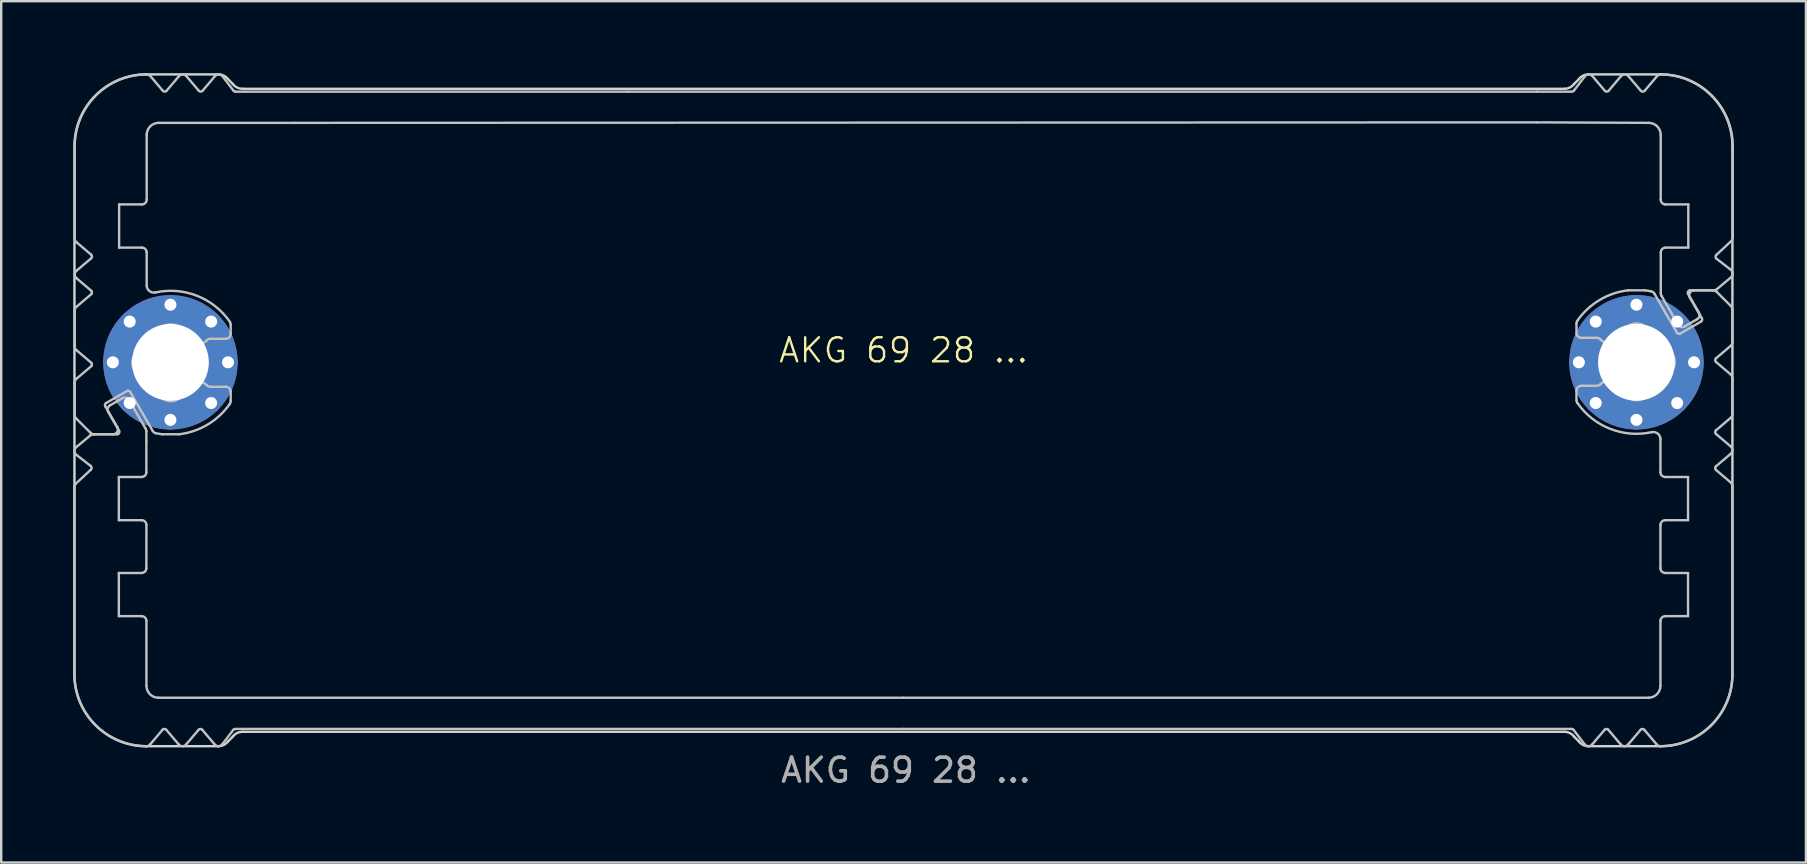
<source format=kicad_pcb>
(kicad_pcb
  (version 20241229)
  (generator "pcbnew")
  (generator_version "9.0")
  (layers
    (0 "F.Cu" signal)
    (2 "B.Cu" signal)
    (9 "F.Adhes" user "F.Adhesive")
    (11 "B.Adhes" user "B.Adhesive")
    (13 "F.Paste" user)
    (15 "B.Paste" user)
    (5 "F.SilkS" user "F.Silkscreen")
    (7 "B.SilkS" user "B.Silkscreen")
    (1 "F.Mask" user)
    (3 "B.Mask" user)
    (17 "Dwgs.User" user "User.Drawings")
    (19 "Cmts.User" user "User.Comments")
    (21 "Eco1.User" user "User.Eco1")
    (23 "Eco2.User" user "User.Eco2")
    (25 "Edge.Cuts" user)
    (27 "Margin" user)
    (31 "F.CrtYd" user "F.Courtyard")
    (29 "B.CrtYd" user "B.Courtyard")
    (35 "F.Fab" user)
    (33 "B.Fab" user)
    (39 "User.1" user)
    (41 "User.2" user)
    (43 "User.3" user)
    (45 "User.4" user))
  (footprint "AKG 69 28 ..."
    (layer "F.Cu")
    (at 34.603 12.05)
    (property "Reference" "AKG 69 28 ..." (at 0 -0.5 0) (unlocked yes) (layer "F.SilkS") (effects (font (size 1 1) (thickness 0.1))))
    (attr exclude_from_pos_files dnp)
    (fp_rect (start -27.096 -11.3) (end 26.604 -10) (stroke (width 0.1) (type solid)) (fill yes) (layer "B.Mask"))
    (fp_rect (start -26.596 14) (end 25.604 15.3) (stroke (width 0.1) (type solid)) (fill yes) (layer "B.Mask"))
    (fp_poly (pts (xy -27.896 -11.3) (xy -26.996 -11.3) (xy -26.996 -10) (xy -31.496 -10) (xy -31.496 -12) (xy -30.796 -11.2) (xy -30.046 -12) (xy -29.296 -11.2) (xy -28.546 -12)) (stroke (width 0.1) (type solid)) (fill yes) (layer "B.Mask"))
    (fp_poly (pts (xy -27.896 15.3) (xy -26.496 15.3) (xy -26.496 14) (xy -31.496 14) (xy -31.496 16) (xy -30.796 15.2) (xy -30.046 16) (xy -29.296 15.2) (xy -28.546 16)) (stroke (width 0.1) (type solid)) (fill yes) (layer "B.Mask"))
    (fp_poly (pts (xy 27.904 -11.3) (xy 26.504 -11.3) (xy 26.504 -10) (xy 31.504 -10) (xy 31.504 -12) (xy 30.804 -11.2) (xy 30.054 -12) (xy 29.304 -11.2) (xy 28.554 -12)) (stroke (width 0.1) (type solid)) (fill yes) (layer "B.Mask"))
    (fp_poly (pts (xy 27.904 15.3) (xy 25.504 15.3) (xy 25.504 14) (xy 31.504 14) (xy 31.504 16) (xy 30.804 15.2) (xy 30.054 16) (xy 29.304 15.2) (xy 28.554 16)) (stroke (width 0.1) (type solid)) (fill yes) (layer "B.Mask"))
    (fp_poly (pts (xy -31.596 -6.7) (xy -32.696 -6.7) (xy -32.696 -4.7) (xy -31.596 -4.7) (xy -31.596 0.1) (xy -33.696 0.1) (xy -34.496 -0.6) (xy -34.496 -2.2) (xy -33.596 -2.9) (xy -34.496 -3.7) (xy -33.696 -4.4) (xy -34.496 -5.1) (xy -34.496 -12) (xy -31.596 -12)) (stroke (width 0.1) (type solid)) (fill yes) (layer "B.Mask"))
    (fp_poly (pts (xy 31.604 -6.7) (xy 32.704 -6.7) (xy 32.704 -4.7) (xy 31.604 -4.7) (xy 31.604 -0.1) (xy 33.704 -0.1) (xy 34.504 -0.8) (xy 34.504 -2.2) (xy 33.704 -3) (xy 34.504 -3.7) (xy 33.704 -4.4) (xy 34.504 -5.1) (xy 34.504 -12) (xy 31.604 -12)) (stroke (width 0.1) (type solid)) (fill yes) (layer "B.Mask"))
    (fp_poly (pts (xy -31.6 10.6) (xy -32.7 10.6) (xy -32.7 8.8) (xy -31.6 8.8) (xy -31.595 6.6) (xy -32.696 6.6) (xy -32.696 4.7) (xy -31.596 4.7) (xy -31.596 0.1) (xy -33.696 0.1) (xy -34.496 0.8) (xy -34.496 2.2) (xy -33.696 3) (xy -34.496 3.7) (xy -33.696 4.4) (xy -34.496 5.1) (xy -34.496 16) (xy -31.596 16)) (stroke (width 0.1) (type solid)) (fill yes) (layer "B.Mask"))
    (fp_poly (pts (xy 31.6 10.6) (xy 32.7 10.6) (xy 32.7 8.8) (xy 31.6 8.8) (xy 31.605 6.6) (xy 32.704 6.6) (xy 32.704 4.7) (xy 31.604 4.7) (xy 31.604 -0.1) (xy 33.704 -0.1) (xy 34.504 0.6) (xy 34.504 2.2) (xy 33.604 2.9) (xy 34.504 3.7) (xy 33.704 4.4) (xy 34.504 5.1) (xy 34.504 16) (xy 31.604 16)) (stroke (width 0.1) (type solid)) (fill yes) (layer "B.Mask"))
    (fp_line (start -34.552 13) (end -34.552 5.214) (stroke (width 0.1) (type solid)) (layer "Dwgs.User"))
    (fp_line (start -34.539 -0.66) (end -34.539 -2.16) (stroke (width 0.1) (type solid)) (layer "Dwgs.User"))
    (fp_line (start -34.539 2.197) (end -34.539 0.84) (stroke (width 0.1) (type solid)) (layer "Dwgs.User"))
    (fp_line (start -34.539 -5.171) (end -34.539 -9) (stroke (width 0.1) (type solid)) (layer "Dwgs.User"))
    (fp_line (start -34.489 5.053) (end -33.865 4.473) (stroke (width 0.1) (type solid)) (layer "Dwgs.User"))
    (fp_line (start -34.483 3.543) (end -33.889 3.046) (stroke (width 0.1) (type solid)) (layer "Dwgs.User"))
    (fp_line (start -34.469 -3.812) (end -33.855 -4.334) (stroke (width 0.1) (type solid)) (layer "Dwgs.User"))
    (fp_line (start -34.469 -2.312) (end -33.855 -2.834) (stroke (width 0.1) (type solid)) (layer "Dwgs.User"))
    (fp_line (start -34.469 0.688) (end -33.855 0.166) (stroke (width 0.1) (type solid)) (layer "Dwgs.User"))
    (fp_line (start -33.878 2.941) (end -34.481 2.339) (stroke (width 0.1) (type solid)) (layer "Dwgs.User"))
    (fp_line (start -33.872 4.321) (end -34.475 3.853) (stroke (width 0.1) (type solid)) (layer "Dwgs.User"))
    (fp_line (start -33.855 -4.486) (end -34.469 -5.008) (stroke (width 0.1) (type solid)) (layer "Dwgs.User"))
    (fp_line (start -33.855 -2.986) (end -34.469 -3.508) (stroke (width 0.1) (type solid)) (layer "Dwgs.User"))
    (fp_line (start -33.855 0.014) (end -34.469 -0.508) (stroke (width 0.1) (type solid)) (layer "Dwgs.User"))
    (fp_line (start -33.76 3) (end -32.777 3) (stroke (width 0.1) (type solid)) (layer "Dwgs.User"))
    (fp_line (start -33.266 1.834) (end -32.766 2.7) (stroke (width 0.1) (type solid)) (layer "Dwgs.User"))
    (fp_line (start -33.068 1.795) (end -32.733 1.602) (stroke (width 0.1) (type solid)) (layer "Dwgs.User"))
    (fp_line (start -32.939 3) (end -33.736 3) (stroke (width 0.1) (type solid)) (layer "Dwgs.User"))
    (fp_line (start -32.733 1.602) (end -32.549 1.495) (stroke (width 0.1) (type solid)) (layer "Dwgs.User"))
    (fp_line (start -32.7 4.78) (end -32.7 6.58) (stroke (width 0.1) (type solid)) (layer "Dwgs.User"))
    (fp_line (start -32.7 6.58) (end -31.75 6.58) (stroke (width 0.1) (type solid)) (layer "Dwgs.User"))
    (fp_line (start -32.7 8.78) (end -32.7 10.58) (stroke (width 0.1) (type solid)) (layer "Dwgs.User"))
    (fp_line (start -32.7 10.58) (end -31.75 10.58) (stroke (width 0.1) (type solid)) (layer "Dwgs.User"))
    (fp_line (start -32.69 2.85) (end -33.142 2.068) (stroke (width 0.1) (type solid)) (layer "Dwgs.User"))
    (fp_line (start -32.689 -6.58) (end -32.689 -4.78) (stroke (width 0.1) (type solid)) (layer "Dwgs.User"))
    (fp_line (start -32.689 -4.78) (end -31.739 -4.78) (stroke (width 0.1) (type solid)) (layer "Dwgs.User"))
    (fp_line (start -32.363 1.197) (end -33.229 1.697) (stroke (width 0.1) (type solid)) (layer "Dwgs.User"))
    (fp_line (start -32.275 1.568) (end -31.58 2.773) (stroke (width 0.1) (type solid)) (layer "Dwgs.User"))
    (fp_line (start -31.753 4.78) (end -32.7 4.78) (stroke (width 0.1) (type solid)) (layer "Dwgs.User"))
    (fp_line (start -31.753 8.78) (end -32.7 8.78) (stroke (width 0.1) (type solid)) (layer "Dwgs.User"))
    (fp_line (start -31.739 -6.58) (end -32.689 -6.58) (stroke (width 0.1) (type solid)) (layer "Dwgs.User"))
    (fp_line (start -31.553 2.873) (end -31.553 3.3) (stroke (width 0.1) (type solid)) (layer "Dwgs.User"))
    (fp_line (start -31.553 3.305) (end -31.553 4.58) (stroke (width 0.1) (type solid)) (layer "Dwgs.User"))
    (fp_line (start -31.553 8.58) (end -31.55 6.78) (stroke (width 0.1) (type default)) (layer "Dwgs.User"))
    (fp_line (start -31.552 16) (end -31.552 16) (stroke (width 0.1) (type solid)) (layer "Dwgs.User"))
    (fp_line (start -31.551 16) (end -31.552 16) (stroke (width 0.1) (type solid)) (layer "Dwgs.User"))
    (fp_line (start -31.55 10.78) (end -31.55 13.48) (stroke (width 0.1) (type default)) (layer "Dwgs.User"))
    (fp_line (start -31.539 -9.48) (end -31.539 -6.78) (stroke (width 0.1) (type solid)) (layer "Dwgs.User"))
    (fp_line (start -31.539 -4.58) (end -31.539 -3.205) (stroke (width 0.1) (type solid)) (layer "Dwgs.User"))
    (fp_line (start -31.386 -11.929) (end -30.865 -11.315) (stroke (width 0.1) (type solid)) (layer "Dwgs.User"))
    (fp_line (start -31.288 2.86) (end -32.227 1.234) (stroke (width 0.1) (type solid)) (layer "Dwgs.User"))
    (fp_line (start -31.05 13.98) (end 0 13.98) (stroke (width 0.1) (type solid)) (layer "Dwgs.User"))
    (fp_line (start -30.879 15.315) (end -31.399 15.929) (stroke (width 0.1) (type solid)) (layer "Dwgs.User"))
    (fp_line (start -30.713 -11.315) (end -30.192 -11.929) (stroke (width 0.1) (type solid)) (layer "Dwgs.User"))
    (fp_line (start -30.214 15.914) (end -30.724 15.315) (stroke (width 0.1) (type solid)) (layer "Dwgs.User"))
    (fp_line (start -30.193 3) (end -30.885 3) (stroke (width 0.1) (type solid)) (layer "Dwgs.User"))
    (fp_line (start -29.887 -11.929) (end -29.365 -11.315) (stroke (width 0.1) (type solid)) (layer "Dwgs.User"))
    (fp_line (start -29.376 15.315) (end -29.898 15.929) (stroke (width 0.1) (type solid)) (layer "Dwgs.User"))
    (fp_line (start -29.213 -11.315) (end -28.692 -11.929) (stroke (width 0.1) (type solid)) (layer "Dwgs.User"))
    (fp_line (start -28.888 1.02) (end -28.239 1.02) (stroke (width 0.1) (type solid)) (layer "Dwgs.User"))
    (fp_line (start -28.703 15.929) (end -29.224 15.315) (stroke (width 0.1) (type solid)) (layer "Dwgs.User"))
    (fp_line (start -28.38 -11.922) (end -27.919 -11.319) (stroke (width 0.1) (type solid)) (layer "Dwgs.User"))
    (fp_line (start -28.239 -0.98) (end -28.888 -0.98) (stroke (width 0.1) (type solid)) (layer "Dwgs.User"))
    (fp_line (start -28.039 -1.577) (end -28.039 -1.18) (stroke (width 0.1) (type solid)) (layer "Dwgs.User"))
    (fp_line (start -28.039 1.22) (end -28.039 1.617) (stroke (width 0.1) (type solid)) (layer "Dwgs.User"))
    (fp_line (start -27.929 15.319) (end -28.391 15.922) (stroke (width 0.1) (type solid)) (layer "Dwgs.User"))
    (fp_line (start -27.839 -11.28) (end -11.5 -11.28) (stroke (width 0.1) (type solid)) (layer "Dwgs.User"))
    (fp_line (start -25.4 -9.98) (end -31.039 -9.98) (stroke (width 0.1) (type solid)) (layer "Dwgs.User"))
    (fp_line (start -11.5 -11.28) (end 26.4 -11.28) (stroke (width 0.1) (type solid)) (layer "Dwgs.User"))
    (fp_line (start 0 13.98) (end 31.05 13.98) (stroke (width 0.1) (type solid)) (layer "Dwgs.User"))
    (fp_line (start 0 15.28) (end -27.85 15.28) (stroke (width 0.1) (type solid)) (layer "Dwgs.User"))
    (fp_line (start 0 15.28) (end 27.85 15.28) (stroke (width 0.1) (type solid)) (layer "Dwgs.User"))
    (fp_line (start 26.4 -11.28) (end 27.859 -11.28) (stroke (width 0.1) (type solid)) (layer "Dwgs.User"))
    (fp_line (start 26.4 -10) (end -25.4 -9.98) (stroke (width 0.1) (type solid)) (layer "Dwgs.User"))
    (fp_line (start 27.94 -11.319) (end 28.402 -11.922) (stroke (width 0.1) (type solid)) (layer "Dwgs.User"))
    (fp_line (start 28.05 -1.22) (end 28.05 -1.617) (stroke (width 0.1) (type solid)) (layer "Dwgs.User"))
    (fp_line (start 28.05 1.577) (end 28.05 1.18) (stroke (width 0.1) (type solid)) (layer "Dwgs.User"))
    (fp_line (start 28.25 0.98) (end 28.899 0.98) (stroke (width 0.1) (type solid)) (layer "Dwgs.User"))
    (fp_line (start 28.391 15.922) (end 27.929 15.319) (stroke (width 0.1) (type solid)) (layer "Dwgs.User"))
    (fp_line (start 28.713 -11.929) (end 29.235 -11.315) (stroke (width 0.1) (type solid)) (layer "Dwgs.User"))
    (fp_line (start 28.899 -1.02) (end 28.25 -1.02) (stroke (width 0.1) (type solid)) (layer "Dwgs.User"))
    (fp_line (start 29.224 15.315) (end 28.702 15.929) (stroke (width 0.1) (type solid)) (layer "Dwgs.User"))
    (fp_line (start 29.387 -11.315) (end 29.908 -11.929) (stroke (width 0.1) (type solid)) (layer "Dwgs.User"))
    (fp_line (start 29.897 15.929) (end 29.376 15.315) (stroke (width 0.1) (type solid)) (layer "Dwgs.User"))
    (fp_line (start 30.204 -3) (end 30.896 -3) (stroke (width 0.1) (type solid)) (layer "Dwgs.User"))
    (fp_line (start 30.225 -11.914) (end 30.735 -11.315) (stroke (width 0.1) (type solid)) (layer "Dwgs.User"))
    (fp_line (start 30.724 15.315) (end 30.202 15.929) (stroke (width 0.1) (type solid)) (layer "Dwgs.User"))
    (fp_line (start 30.89 -11.315) (end 31.41 -11.929) (stroke (width 0.1) (type solid)) (layer "Dwgs.User"))
    (fp_line (start 31.061 -9.98) (end 26.4 -10) (stroke (width 0.1) (type solid)) (layer "Dwgs.User"))
    (fp_line (start 31.299 -2.86) (end 32.238 -1.234) (stroke (width 0.1) (type solid)) (layer "Dwgs.User"))
    (fp_line (start 31.396 15.929) (end 30.876 15.315) (stroke (width 0.1) (type solid)) (layer "Dwgs.User"))
    (fp_line (start 31.55 4.58) (end 31.55 3.205) (stroke (width 0.1) (type solid)) (layer "Dwgs.User"))
    (fp_line (start 31.55 6.78) (end 31.55 8.583) (stroke (width 0.1) (type default)) (layer "Dwgs.User"))
    (fp_line (start 31.55 10.78) (end 31.55 13.48) (stroke (width 0.1) (type default)) (layer "Dwgs.User"))
    (fp_line (start 31.561 -6.78) (end 31.561 -9.48) (stroke (width 0.1) (type solid)) (layer "Dwgs.User"))
    (fp_line (start 31.562 -12) (end 31.562 -12) (stroke (width 0.1) (type solid)) (layer "Dwgs.User"))
    (fp_line (start 31.562 -12) (end 31.563 -12) (stroke (width 0.1) (type solid)) (layer "Dwgs.User"))
    (fp_line (start 31.564 -3.305) (end 31.564 -4.58) (stroke (width 0.1) (type solid)) (layer "Dwgs.User"))
    (fp_line (start 31.564 -2.873) (end 31.564 -3.3) (stroke (width 0.1) (type solid)) (layer "Dwgs.User"))
    (fp_line (start 31.75 6.58) (end 32.7 6.58) (stroke (width 0.1) (type solid)) (layer "Dwgs.User"))
    (fp_line (start 31.75 10.58) (end 32.7 10.58) (stroke (width 0.1) (type solid)) (layer "Dwgs.User"))
    (fp_line (start 31.764 -4.78) (end 32.711 -4.78) (stroke (width 0.1) (type solid)) (layer "Dwgs.User"))
    (fp_line (start 32.286 -1.568) (end 31.591 -2.773) (stroke (width 0.1) (type solid)) (layer "Dwgs.User"))
    (fp_line (start 32.374 -1.197) (end 33.24 -1.697) (stroke (width 0.1) (type solid)) (layer "Dwgs.User"))
    (fp_line (start 32.7 4.78) (end 31.75 4.78) (stroke (width 0.1) (type solid)) (layer "Dwgs.User"))
    (fp_line (start 32.7 6.58) (end 32.7 4.78) (stroke (width 0.1) (type solid)) (layer "Dwgs.User"))
    (fp_line (start 32.7 8.78) (end 31.75 8.78) (stroke (width 0.1) (type solid)) (layer "Dwgs.User"))
    (fp_line (start 32.7 10.58) (end 32.7 8.78) (stroke (width 0.1) (type solid)) (layer "Dwgs.User"))
    (fp_line (start 32.701 -2.85) (end 33.152 -2.068) (stroke (width 0.1) (type solid)) (layer "Dwgs.User"))
    (fp_line (start 32.711 -6.58) (end 31.761 -6.58) (stroke (width 0.1) (type solid)) (layer "Dwgs.User"))
    (fp_line (start 32.711 -4.78) (end 32.711 -6.58) (stroke (width 0.1) (type solid)) (layer "Dwgs.User"))
    (fp_line (start 32.744 -1.602) (end 32.559 -1.495) (stroke (width 0.1) (type solid)) (layer "Dwgs.User"))
    (fp_line (start 32.95 -3) (end 33.747 -3) (stroke (width 0.1) (type solid)) (layer "Dwgs.User"))
    (fp_line (start 33.079 -1.795) (end 32.744 -1.602) (stroke (width 0.1) (type solid)) (layer "Dwgs.User"))
    (fp_line (start 33.277 -1.834) (end 32.777 -2.7) (stroke (width 0.1) (type solid)) (layer "Dwgs.User"))
    (fp_line (start 33.771 -3) (end 32.788 -3) (stroke (width 0.1) (type solid)) (layer "Dwgs.User"))
    (fp_line (start 33.865 -0.014) (end 34.479 0.508) (stroke (width 0.1) (type solid)) (layer "Dwgs.User"))
    (fp_line (start 33.865 2.986) (end 34.479 3.508) (stroke (width 0.1) (type solid)) (layer "Dwgs.User"))
    (fp_line (start 33.865 4.486) (end 34.479 5.008) (stroke (width 0.1) (type solid)) (layer "Dwgs.User"))
    (fp_line (start 33.883 -4.321) (end 34.486 -3.853) (stroke (width 0.1) (type solid)) (layer "Dwgs.User"))
    (fp_line (start 33.889 -2.941) (end 34.491 -2.339) (stroke (width 0.1) (type solid)) (layer "Dwgs.User"))
    (fp_line (start 34.479 -0.688) (end 33.865 -0.166) (stroke (width 0.1) (type solid)) (layer "Dwgs.User"))
    (fp_line (start 34.479 2.312) (end 33.865 2.834) (stroke (width 0.1) (type solid)) (layer "Dwgs.User"))
    (fp_line (start 34.479 3.812) (end 33.865 4.334) (stroke (width 0.1) (type solid)) (layer "Dwgs.User"))
    (fp_line (start 34.493 -3.543) (end 33.899 -3.047) (stroke (width 0.1) (type solid)) (layer "Dwgs.User"))
    (fp_line (start 34.5 -5.053) (end 33.876 -4.473) (stroke (width 0.1) (type solid)) (layer "Dwgs.User"))
    (fp_line (start 34.55 5.171) (end 34.549 13.038) (stroke (width 0.1) (type solid)) (layer "Dwgs.User"))
    (fp_line (start 34.55 -2.197) (end 34.55 -0.84) (stroke (width 0.1) (type solid)) (layer "Dwgs.User"))
    (fp_line (start 34.55 0.66) (end 34.55 2.16) (stroke (width 0.1) (type solid)) (layer "Dwgs.User"))
    (fp_line (start 34.563 -9) (end 34.563 -5.215) (stroke (width 0.1) (type solid)) (layer "Dwgs.User"))
    (fp_arc (start -34.552431 5.214496) (mid -34.53921 5.126511) (end -34.489103 5.05299) (stroke (width 0.1) (type solid)) (layer "Dwgs.User"))
    (fp_arc (start -34.53919 -2.16003) (mid -34.520691 -2.24403) (end -34.468628 -2.312496) (stroke (width 0.1) (type solid)) (layer "Dwgs.User"))
    (fp_arc (start -34.53919 0.83997) (mid -34.520691 0.75597) (end -34.468628 0.687504) (stroke (width 0.1) (type solid)) (layer "Dwgs.User"))
    (fp_arc (start -34.538629 -9.00003) (mid -33.659776 -11.121528) (end -31.538132 -12.00003) (stroke (width 0.1) (type solid)) (layer "Dwgs.User"))
    (fp_arc (start -34.480611 2.338548) (mid -34.523952 2.273658) (end -34.53919 2.197127) (stroke (width 0.1) (type solid)) (layer "Dwgs.User"))
    (fp_arc (start -34.475499 3.853059) (mid -34.552937 3.699538) (end -34.482592 3.542641) (stroke (width 0.1) (type solid)) (layer "Dwgs.User"))
    (fp_arc (start -34.468628 -5.007564) (mid -34.523021 -5.081251) (end -34.538863 -5.171459) (stroke (width 0.1) (type solid)) (layer "Dwgs.User"))
    (fp_arc (start -34.468628 -3.507564) (mid -34.539188 -3.66003) (end -34.468628 -3.812496) (stroke (width 0.1) (type solid)) (layer "Dwgs.User"))
    (fp_arc (start -34.468628 -0.507564) (mid -34.520694 -0.576029) (end -34.53919 -0.66003) (stroke (width 0.1) (type solid)) (layer "Dwgs.User"))
    (fp_arc (start -33.888668 3.046481) (mid -33.828648 3.011946) (end -33.760445 2.99997) (stroke (width 0.1) (type solid)) (layer "Dwgs.User"))
    (fp_arc (start -33.871739 4.320925) (mid -33.833088 4.395508) (end -33.864937 4.473239) (stroke (width 0.1) (type solid)) (layer "Dwgs.User"))
    (fp_arc (start -33.854583 -4.486263) (mid -33.819295 -4.41003) (end -33.854583 -4.333797) (stroke (width 0.1) (type solid)) (layer "Dwgs.User"))
    (fp_arc (start -33.854583 -2.986263) (mid -33.819295 -2.91003) (end -33.854583 -2.833797) (stroke (width 0.1) (type solid)) (layer "Dwgs.User"))
    (fp_arc (start -33.854583 0.013737) (mid -33.819295 0.08997) (end -33.854583 0.166203) (stroke (width 0.1) (type solid)) (layer "Dwgs.User"))
    (fp_arc (start -33.736347 2.99997) (mid -33.812877 2.984729) (end -33.877769 2.941391) (stroke (width 0.1) (type solid)) (layer "Dwgs.User"))
    (fp_arc (start -33.265985 1.833944) (mid -33.275952 1.758068) (end -33.229382 1.697342) (stroke (width 0.1) (type solid)) (layer "Dwgs.User"))
    (fp_arc (start -33.141514 2.068343) (mid -33.161468 1.916586) (end -33.068309 1.795138) (stroke (width 0.1) (type solid)) (layer "Dwgs.User"))
    (fp_arc (start -32.765985 2.69997) (mid -32.765978 2.899974) (end -32.93919 2.99997) (stroke (width 0.1) (type solid)) (layer "Dwgs.User"))
    (fp_arc (start -32.690241 2.84997) (mid -32.690233 2.949974) (end -32.776844 2.99997) (stroke (width 0.1) (type solid)) (layer "Dwgs.User"))
    (fp_arc (start -32.548694 1.495138) (mid -32.396932 1.475166) (end -32.275489 1.568343) (stroke (width 0.1) (type solid)) (layer "Dwgs.User"))
    (fp_arc (start -32.363357 1.197342) (mid -32.287484 1.187387) (end -32.226754 1.233944) (stroke (width 0.1) (type solid)) (layer "Dwgs.User"))
    (fp_arc (start -31.750049 6.57997) (mid -31.608651 6.638572) (end -31.550049 6.77997) (stroke (width 0.1) (type solid)) (layer "Dwgs.User"))
    (fp_arc (start -31.750049 10.57997) (mid -31.608651 10.638572) (end -31.550049 10.77997) (stroke (width 0.1) (type solid)) (layer "Dwgs.User"))
    (fp_arc (start -31.73919 -4.78003) (mid -31.597772 -4.721448) (end -31.53919 -4.58003) (stroke (width 0.1) (type solid)) (layer "Dwgs.User"))
    (fp_arc (start -31.70419 -0.556897) (mid -31.458426 -0.899266) (end -31.116057 -1.14503) (stroke (width 0.1) (type solid)) (layer "Dwgs.User"))
    (fp_arc (start -31.70419 0.596836) (mid -32.13919 0.019969) (end -31.70419 -0.556897) (stroke (width 0.1) (type solid)) (layer "Dwgs.User"))
    (fp_arc (start -31.579787 2.773333) (mid -31.559797 2.821567) (end -31.552992 2.873333) (stroke (width 0.1) (type solid)) (layer "Dwgs.User"))
    (fp_arc (start -31.552992 4.57997) (mid -31.611565 4.721397) (end -31.752992 4.77997) (stroke (width 0.1) (type solid)) (layer "Dwgs.User"))
    (fp_arc (start -31.552992 8.57997) (mid -31.611565 8.721397) (end -31.752992 8.77997) (stroke (width 0.1) (type solid)) (layer "Dwgs.User"))
    (fp_arc (start -31.551935 15.99997) (mid -33.673559 15.121448) (end -34.552431 12.99997) (stroke (width 0.1) (type solid)) (layer "Dwgs.User"))
    (fp_arc (start -31.53919 -9.48003) (mid -31.392738 -9.833578) (end -31.03919 -9.98003) (stroke (width 0.1) (type solid)) (layer "Dwgs.User"))
    (fp_arc (start -31.53919 -6.78003) (mid -31.597762 -6.638602) (end -31.73919 -6.58003) (stroke (width 0.1) (type solid)) (layer "Dwgs.User"))
    (fp_arc (start -31.538132 -12.00003) (mid -31.454059 -11.98147) (end -31.385563 -11.929306) (stroke (width 0.1) (type solid)) (layer "Dwgs.User"))
    (fp_arc (start -31.399192 15.929246) (mid -31.467408 15.9813) (end -31.551161 15.999969) (stroke (width 0.1) (type solid)) (layer "Dwgs.User"))
    (fp_arc (start -31.175554 -2.911761) (mid -31.427487 -2.97138) (end -31.53919 -3.204934) (stroke (width 0.1) (type solid)) (layer "Dwgs.User"))
    (fp_arc (start -31.175554 -2.911761) (mid -29.440142 -2.771458) (end -28.074904 -1.690965) (stroke (width 0.1) (type solid)) (layer "Dwgs.User"))
    (fp_arc (start -31.155732 2.955932) (mid -31.231984 2.922143) (end -31.287834 2.860201) (stroke (width 0.1) (type solid)) (layer "Dwgs.User"))
    (fp_arc (start -31.116057 -1.14503) (mid -30.53919 -1.58003) (end -29.962323 -1.14503) (stroke (width 0.1) (type solid)) (layer "Dwgs.User"))
    (fp_arc (start -31.116057 1.18497) (mid -31.45843 0.939209) (end -31.70419 0.596836) (stroke (width 0.1) (type solid)) (layer "Dwgs.User"))
    (fp_arc (start -31.050049 13.97997) (mid -31.403577 13.833498) (end -31.550049 13.47997) (stroke (width 0.1) (type solid)) (layer "Dwgs.User"))
    (fp_arc (start -30.885022 2.99997) (mid -31.020881 2.981048) (end -31.155732 2.955932) (stroke (width 0.1) (type solid)) (layer "Dwgs.User"))
    (fp_arc (start -30.879121 15.315332) (mid -30.801541 15.278264) (end -30.723885 15.315171) (stroke (width 0.1) (type solid)) (layer "Dwgs.User"))
    (fp_arc (start -30.712951 -11.315318) (mid -30.789181 -11.280019) (end -30.865417 -11.315305) (stroke (width 0.1) (type solid)) (layer "Dwgs.User"))
    (fp_arc (start -30.191667 -11.929455) (mid -30.03919 -12.000029) (end -29.886712 -11.929455) (stroke (width 0.1) (type solid)) (layer "Dwgs.User"))
    (fp_arc (start -29.962323 -1.14503) (mid -29.780199 -1.035459) (end -29.618362 -0.897677) (stroke (width 0.1) (type solid)) (layer "Dwgs.User"))
    (fp_arc (start -29.962323 1.18497) (mid -30.53919 1.61997) (end -31.116057 1.18497) (stroke (width 0.1) (type solid)) (layer "Dwgs.User"))
    (fp_arc (start -29.897571 15.929394) (mid -30.059557 15.999707) (end -30.214131 15.914325) (stroke (width 0.1) (type solid)) (layer "Dwgs.User"))
    (fp_arc (start -29.618362 0.937617) (mid -29.780203 1.075392) (end -29.962323 1.18497) (stroke (width 0.1) (type solid)) (layer "Dwgs.User"))
    (fp_arc (start -29.618362 0.937617) (mid -29.324243 0.820096) (end -29.036888 0.953303) (stroke (width 0.1) (type solid)) (layer "Dwgs.User"))
    (fp_arc (start -29.376288 15.315258) (mid -29.300049 15.27997) (end -29.22381 15.315258) (stroke (width 0.1) (type solid)) (layer "Dwgs.User"))
    (fp_arc (start -29.212951 -11.315318) (mid -29.28919 -11.28003) (end -29.365429 -11.315318) (stroke (width 0.1) (type solid)) (layer "Dwgs.User"))
    (fp_arc (start -29.036888 -0.913364) (mid -29.324244 -0.780195) (end -29.618362 -0.897677) (stroke (width 0.1) (type solid)) (layer "Dwgs.User"))
    (fp_arc (start -29.036888 -0.913364) (mid -28.969468 -0.962607) (end -28.887817 -0.98003) (stroke (width 0.1) (type solid)) (layer "Dwgs.User"))
    (fp_arc (start -28.887817 1.01997) (mid -28.969464 1.002537) (end -29.036888 0.953303) (stroke (width 0.1) (type solid)) (layer "Dwgs.User"))
    (fp_arc (start -28.691667 -11.929455) (mid -28.534216 -11.999958) (end -28.380466 -11.921713) (stroke (width 0.1) (type solid)) (layer "Dwgs.User"))
    (fp_arc (start -28.391325 15.921653) (mid -28.545076 15.999873) (end -28.702527 15.929394) (stroke (width 0.1) (type solid)) (layer "Dwgs.User"))
    (fp_arc (start -28.23919 1.01997) (mid -28.097772 1.078552) (end -28.03919 1.21997) (stroke (width 0.1) (type solid)) (layer "Dwgs.User"))
    (fp_arc (start -28.074904 -1.690965) (mid -28.048333 -1.636662) (end -28.03919 -1.576902) (stroke (width 0.1) (type solid)) (layer "Dwgs.User"))
    (fp_arc (start -28.074904 1.730904) (mid -28.997492 2.593529) (end -30.193358 2.99997) (stroke (width 0.1) (type solid)) (layer "Dwgs.User"))
    (fp_arc (start -28.03919 -1.18003) (mid -28.097762 -1.038602) (end -28.23919 -0.98003) (stroke (width 0.1) (type solid)) (layer "Dwgs.User"))
    (fp_arc (start -28.03919 1.616842) (mid -28.048317 1.676607) (end -28.074904 1.730904) (stroke (width 0.1) (type solid)) (layer "Dwgs.User"))
    (fp_arc (start -27.929411 15.319129) (mid -27.894304 15.290279) (end -27.850049 15.27997) (stroke (width 0.1) (type solid)) (layer "Dwgs.User"))
    (fp_arc (start -27.83919 -11.28003) (mid -27.88344 -11.29035) (end -27.918552 -11.319189) (stroke (width 0.1) (type solid)) (layer "Dwgs.User"))
    (fp_arc (start 27.849951 15.27997) (mid 27.894205 15.290294) (end 27.929313 15.319129) (stroke (width 0.1) (type solid)) (layer "Dwgs.User"))
    (fp_arc (start 27.940172 -11.319189) (mid 27.905062 -11.290341) (end 27.86081 -11.28003) (stroke (width 0.1) (type solid)) (layer "Dwgs.User"))
    (fp_arc (start 28.049951 -1.616902) (mid 28.059091 -1.676662) (end 28.085665 -1.730964) (stroke (width 0.1) (type solid)) (layer "Dwgs.User"))
    (fp_arc (start 28.049951 1.17997) (mid 28.108508 1.038521) (end 28.249951 0.97997) (stroke (width 0.1) (type solid)) (layer "Dwgs.User"))
    (fp_arc (start 28.085665 -1.730964) (mid 29.00825 -2.593594) (end 30.204119 -3.00003) (stroke (width 0.1) (type solid)) (layer "Dwgs.User"))
    (fp_arc (start 28.085665 1.690905) (mid 28.059083 1.636604) (end 28.049951 1.576842) (stroke (width 0.1) (type solid)) (layer "Dwgs.User"))
    (fp_arc (start 28.249951 -1.02003) (mid 28.108537 -1.078622) (end 28.049951 -1.22003) (stroke (width 0.1) (type solid)) (layer "Dwgs.User"))
    (fp_arc (start 28.402086 -11.921713) (mid 28.555833 -11.999949) (end 28.713288 -11.929455) (stroke (width 0.1) (type solid)) (layer "Dwgs.User"))
    (fp_arc (start 28.702429 15.929394) (mid 28.544997 15.999846) (end 28.391227 15.921653) (stroke (width 0.1) (type solid)) (layer "Dwgs.User"))
    (fp_arc (start 28.898578 -1.02003) (mid 28.980228 -1.002607) (end 29.047649 -0.953363) (stroke (width 0.1) (type solid)) (layer "Dwgs.User"))
    (fp_arc (start 29.047649 0.913304) (mid 28.980221 0.96252) (end 28.898578 0.97997) (stroke (width 0.1) (type solid)) (layer "Dwgs.User"))
    (fp_arc (start 29.047649 0.913304) (mid 29.335007 0.78012) (end 29.629123 0.897617) (stroke (width 0.1) (type solid)) (layer "Dwgs.User"))
    (fp_arc (start 29.223712 15.315258) (mid 29.299951 15.27997) (end 29.37619 15.315258) (stroke (width 0.1) (type solid)) (layer "Dwgs.User"))
    (fp_arc (start 29.387049 -11.315318) (mid 29.31081 -11.28003) (end 29.234571 -11.315318) (stroke (width 0.1) (type solid)) (layer "Dwgs.User"))
    (fp_arc (start 29.629123 -0.937677) (mid 29.335008 -0.820173) (end 29.047649 -0.953363) (stroke (width 0.1) (type solid)) (layer "Dwgs.User"))
    (fp_arc (start 29.629123 -0.937677) (mid 29.790962 -1.075457) (end 29.973084 -1.18503) (stroke (width 0.1) (type solid)) (layer "Dwgs.User"))
    (fp_arc (start 29.908333 -11.929455) (mid 30.070316 -11.999785) (end 30.224892 -11.914385) (stroke (width 0.1) (type solid)) (layer "Dwgs.User"))
    (fp_arc (start 29.973084 -1.18503) (mid 30.549951 -1.62003) (end 31.126818 -1.18503) (stroke (width 0.1) (type solid)) (layer "Dwgs.User"))
    (fp_arc (start 29.973084 1.14497) (mid 29.790965 1.035392) (end 29.629123 0.897617) (stroke (width 0.1) (type solid)) (layer "Dwgs.User"))
    (fp_arc (start 30.202429 15.929394) (mid 30.049951 15.99997) (end 29.897473 15.929394) (stroke (width 0.1) (type solid)) (layer "Dwgs.User"))
    (fp_arc (start 30.723712 15.315258) (mid 30.799959 15.279908) (end 30.876178 15.315245) (stroke (width 0.1) (type solid)) (layer "Dwgs.User"))
    (fp_arc (start 30.889882 -11.315392) (mid 30.812303 -11.278341) (end 30.734646 -11.315231) (stroke (width 0.1) (type solid)) (layer "Dwgs.User"))
    (fp_arc (start 30.895783 -3.00003) (mid 31.031642 -2.981106) (end 31.166493 -2.955992) (stroke (width 0.1) (type solid)) (layer "Dwgs.User"))
    (fp_arc (start 31.06081 -9.98003) (mid 31.414368 -9.833582) (end 31.56081 -9.48003) (stroke (width 0.1) (type solid)) (layer "Dwgs.User"))
    (fp_arc (start 31.126818 -1.18503) (mid 31.469179 -0.939258) (end 31.714951 -0.596896) (stroke (width 0.1) (type solid)) (layer "Dwgs.User"))
    (fp_arc (start 31.126818 1.14497) (mid 30.549951 1.57997) (end 29.973084 1.14497) (stroke (width 0.1) (type solid)) (layer "Dwgs.User"))
    (fp_arc (start 31.166493 -2.955992) (mid 31.24276 -2.922223) (end 31.298595 -2.860261) (stroke (width 0.1) (type solid)) (layer "Dwgs.User"))
    (fp_arc (start 31.186315 2.9117) (mid 29.450893 2.771423) (end 28.085665 1.690905) (stroke (width 0.1) (type solid)) (layer "Dwgs.User"))
    (fp_arc (start 31.186315 2.9117) (mid 31.438259 2.971301) (end 31.549951 3.204873) (stroke (width 0.1) (type solid)) (layer "Dwgs.User"))
    (fp_arc (start 31.409953 -11.929306) (mid 31.478162 -11.98138) (end 31.561922 -12.000029) (stroke (width 0.1) (type solid)) (layer "Dwgs.User"))
    (fp_arc (start 31.548893 15.99997) (mid 31.464817 15.981423) (end 31.396324 15.929246) (stroke (width 0.1) (type solid)) (layer "Dwgs.User"))
    (fp_arc (start 31.549951 6.77997) (mid 31.608508 6.638521) (end 31.749951 6.57997) (stroke (width 0.1) (type solid)) (layer "Dwgs.User"))
    (fp_arc (start 31.549951 10.77997) (mid 31.608508 10.638521) (end 31.749951 10.57997) (stroke (width 0.1) (type solid)) (layer "Dwgs.User"))
    (fp_arc (start 31.549951 13.47997) (mid 31.403499 13.833518) (end 31.049951 13.97997) (stroke (width 0.1) (type solid)) (layer "Dwgs.User"))
    (fp_arc (start 31.562696 -12.00003) (mid 33.684342 -11.121531) (end 34.563192 -9.00003) (stroke (width 0.1) (type solid)) (layer "Dwgs.User"))
    (fp_arc (start 31.563753 -4.58003) (mid 31.622345 -4.721413) (end 31.763753 -4.78003) (stroke (width 0.1) (type solid)) (layer "Dwgs.User"))
    (fp_arc (start 31.590548 -2.773393) (mid 31.570561 -2.821628) (end 31.563753 -2.873393) (stroke (width 0.1) (type solid)) (layer "Dwgs.User"))
    (fp_arc (start 31.714951 -0.596896) (mid 32.149993 -0.02003) (end 31.714951 0.556837) (stroke (width 0.1) (type solid)) (layer "Dwgs.User"))
    (fp_arc (start 31.714951 0.556837) (mid 31.469184 0.899202) (end 31.126818 1.14497) (stroke (width 0.1) (type solid)) (layer "Dwgs.User"))
    (fp_arc (start 31.749951 4.77997) (mid 31.608537 4.721378) (end 31.549951 4.57997) (stroke (width 0.1) (type solid)) (layer "Dwgs.User"))
    (fp_arc (start 31.749951 8.77997) (mid 31.608537 8.721378) (end 31.549951 8.57997) (stroke (width 0.1) (type solid)) (layer "Dwgs.User"))
    (fp_arc (start 31.76081 -6.58003) (mid 31.619393 -6.638607) (end 31.56081 -6.78003) (stroke (width 0.1) (type solid)) (layer "Dwgs.User"))
    (fp_arc (start 32.374118 -1.197402) (mid 32.298228 -1.1874) (end 32.237515 -1.234004) (stroke (width 0.1) (type solid)) (layer "Dwgs.User"))
    (fp_arc (start 32.559455 -1.495198) (mid 32.407708 -1.475259) (end 32.28625 -1.568403) (stroke (width 0.1) (type solid)) (layer "Dwgs.User"))
    (fp_arc (start 32.701002 -2.85003) (mid 32.701021 -2.950003) (end 32.787605 -3.00003) (stroke (width 0.1) (type solid)) (layer "Dwgs.User"))
    (fp_arc (start 32.776746 -2.70003) (mid 32.776772 -2.900014) (end 32.949951 -3.00003) (stroke (width 0.1) (type solid)) (layer "Dwgs.User"))
    (fp_arc (start 33.152275 -2.068403) (mid 33.172249 -1.916635) (end 33.07907 -1.795198) (stroke (width 0.1) (type solid)) (layer "Dwgs.User"))
    (fp_arc (start 33.276746 -1.834004) (mid 33.286734 -1.758118) (end 33.240143 -1.697402) (stroke (width 0.1) (type solid)) (layer "Dwgs.User"))
    (fp_arc (start 33.747108 -3.00003) (mid 33.823645 -2.984805) (end 33.88853 -2.941451) (stroke (width 0.1) (type solid)) (layer "Dwgs.User"))
    (fp_arc (start 33.865344 -0.013797) (mid 33.830099 -0.090019) (end 33.865344 -0.166263) (stroke (width 0.1) (type solid)) (layer "Dwgs.User"))
    (fp_arc (start 33.865344 2.986203) (mid 33.830099 2.909981) (end 33.865344 2.833737) (stroke (width 0.1) (type solid)) (layer "Dwgs.User"))
    (fp_arc (start 33.865344 4.486203) (mid 33.830099 4.409981) (end 33.865344 4.333737) (stroke (width 0.1) (type solid)) (layer "Dwgs.User"))
    (fp_arc (start 33.8825 -4.320985) (mid 33.843893 -4.395559) (end 33.875698 -4.473299) (stroke (width 0.1) (type solid)) (layer "Dwgs.User"))
    (fp_arc (start 33.899429 -3.046541) (mid 33.839406 -3.01201) (end 33.771206 -3.00003) (stroke (width 0.1) (type solid)) (layer "Dwgs.User"))
    (fp_arc (start 34.479389 0.507504) (mid 34.531453 0.57597) (end 34.549951 0.65997) (stroke (width 0.1) (type solid)) (layer "Dwgs.User"))
    (fp_arc (start 34.479389 3.507504) (mid 34.549991 3.659981) (end 34.479389 3.812436) (stroke (width 0.1) (type solid)) (layer "Dwgs.User"))
    (fp_arc (start 34.479389 5.007504) (mid 34.533796 5.081185) (end 34.549624 5.171399) (stroke (width 0.1) (type solid)) (layer "Dwgs.User"))
    (fp_arc (start 34.48626 -3.853119) (mid 34.563743 -3.699588) (end 34.493353 -3.542701) (stroke (width 0.1) (type solid)) (layer "Dwgs.User"))
    (fp_arc (start 34.491372 -2.338608) (mid 34.534711 -2.27372) (end 34.549951 -2.197187) (stroke (width 0.1) (type solid)) (layer "Dwgs.User"))
    (fp_arc (start 34.54939 12.99997) (mid 33.670538 15.121469) (end 31.548893 15.99997) (stroke (width 0.1) (type solid)) (layer "Dwgs.User"))
    (fp_arc (start 34.549951 -0.84003) (mid 34.531469 -0.756017) (end 34.479389 -0.687564) (stroke (width 0.1) (type solid)) (layer "Dwgs.User"))
    (fp_arc (start 34.549951 2.15997) (mid 34.531469 2.243983) (end 34.479389 2.312436) (stroke (width 0.1) (type solid)) (layer "Dwgs.User"))
    (fp_arc (start 34.563192 -5.214556) (mid 34.549916 -5.126598) (end 34.499864 -5.05305) (stroke (width 0.1) (type solid)) (layer "Dwgs.User"))
    (fp_rect (start -32.5 -6.48) (end 32.5 -4.88) (stroke (width 0.1) (type solid)) (fill no) (layer "Eco1.User"))
    (fp_rect (start -32.5 4.88) (end 32.5 6.48) (stroke (width 0.1) (type solid)) (fill no) (layer "Eco1.User"))
    (fp_rect (start -32.5 8.88) (end 32.5 10.48) (stroke (width 0.1) (type solid)) (fill no) (layer "Eco1.User"))
    (fp_line (start -34.55 -9) (end -34.55 13) (stroke (width 0.1) (type solid)) (layer "Edge.Cuts"))
    (fp_line (start -31.55 -12) (end -28.55 -12) (stroke (width 0.1) (type solid)) (layer "Edge.Cuts"))
    (fp_line (start -31.55 16) (end -28.55 16) (stroke (width 0.1) (type solid)) (layer "Edge.Cuts"))
    (fp_line (start -27.95 -11.6) (end -28.15 -11.8) (stroke (width 0.1) (type solid)) (layer "Edge.Cuts"))
    (fp_line (start -27.95 15.6) (end -28.15 15.8) (stroke (width 0.1) (type solid)) (layer "Edge.Cuts"))
    (fp_line (start -27.55 -11.4) (end 27.55 -11.4) (stroke (width 0.1) (type solid)) (layer "Edge.Cuts"))
    (fp_line (start -27.55 15.4) (end 27.55 15.4) (stroke (width 0.1) (type solid)) (layer "Edge.Cuts"))
    (fp_line (start 27.95 -11.6) (end 28.15 -11.8) (stroke (width 0.1) (type solid)) (layer "Edge.Cuts"))
    (fp_line (start 27.95 15.6) (end 28.15 15.8) (stroke (width 0.1) (type solid)) (layer "Edge.Cuts"))
    (fp_line (start 31.55 -12) (end 28.55 -12) (stroke (width 0.1) (type solid)) (layer "Edge.Cuts"))
    (fp_line (start 31.55 16) (end 28.55 16) (stroke (width 0.1) (type solid)) (layer "Edge.Cuts"))
    (fp_line (start 34.55 -9) (end 34.55 13) (stroke (width 0.1) (type solid)) (layer "Edge.Cuts"))
    (fp_arc (start -34.55 -9) (mid -33.67132 -11.12132) (end -31.55 -12) (stroke (width 0.1) (type solid)) (layer "Edge.Cuts"))
    (fp_arc (start -31.55 16) (mid -33.67132 15.12132) (end -34.55 13) (stroke (width 0.1) (type solid)) (layer "Edge.Cuts"))
    (fp_arc (start -28.55 -12) (mid -28.326393 -11.947214) (end -28.15 -11.8) (stroke (width 0.1) (type solid)) (layer "Edge.Cuts"))
    (fp_arc (start -28.15 15.8) (mid -28.326393 15.947214) (end -28.55 16) (stroke (width 0.1) (type solid)) (layer "Edge.Cuts"))
    (fp_arc (start -27.95 15.6) (mid -27.773607 15.452786) (end -27.55 15.4) (stroke (width 0.1) (type solid)) (layer "Edge.Cuts"))
    (fp_arc (start -27.55 -11.4) (mid -27.773607 -11.452786) (end -27.95 -11.6) (stroke (width 0.1) (type solid)) (layer "Edge.Cuts"))
    (fp_arc (start 27.55 15.4) (mid 27.773607 15.452786) (end 27.95 15.6) (stroke (width 0.1) (type solid)) (layer "Edge.Cuts"))
    (fp_arc (start 27.95 -11.6) (mid 27.773607 -11.452786) (end 27.55 -11.4) (stroke (width 0.1) (type solid)) (layer "Edge.Cuts"))
    (fp_arc (start 28.15 -11.8) (mid 28.326393 -11.947214) (end 28.55 -12) (stroke (width 0.1) (type solid)) (layer "Edge.Cuts"))
    (fp_arc (start 28.55 16) (mid 28.326393 15.947214) (end 28.15 15.8) (stroke (width 0.1) (type solid)) (layer "Edge.Cuts"))
    (fp_arc (start 31.55 -12) (mid 33.67132 -11.12132) (end 34.55 -9) (stroke (width 0.1) (type solid)) (layer "Edge.Cuts"))
    (fp_arc (start 34.55 13) (mid 33.67132 15.12132) (end 31.55 16) (stroke (width 0.1) (type solid)) (layer "Edge.Cuts"))
    (fp_text user "${REFERENCE}" (at 0.1 17 0) (layer "F.Fab") (effects (font (size 1 1) (thickness 0.15))))
    (pad "1" thru_hole circle (at -32.95 0) (size 0.8 0.8) (drill 0.5) (layers "*.Cu" "*.Mask"))
    (pad "1" thru_hole circle (at -32.247 -1.697) (size 0.8 0.8) (drill 0.5) (layers "*.Cu" "*.Mask"))
    (pad "1" thru_hole circle (at -32.247 1.697) (size 0.8 0.8) (drill 0.5) (layers "*.Cu" "*.Mask"))
    (pad "1" thru_hole circle (at -30.55 -2.4) (size 0.8 0.8) (drill 0.5) (layers "*.Cu" "*.Mask"))
    (pad "1" thru_hole circle (at -30.55 0) (size 5.6 5.6) (drill 3.2) (layers "*.Cu" "*.Mask"))
    (pad "1" thru_hole circle (at -30.55 2.4) (size 0.8 0.8) (drill 0.5) (layers "*.Cu" "*.Mask"))
    (pad "1" thru_hole circle (at -28.853 -1.697) (size 0.8 0.8) (drill 0.5) (layers "*.Cu" "*.Mask"))
    (pad "1" thru_hole circle (at -28.853 1.697) (size 0.8 0.8) (drill 0.5) (layers "*.Cu" "*.Mask"))
    (pad "1" thru_hole circle (at -28.15 0) (size 0.8 0.8) (drill 0.5) (layers "*.Cu" "*.Mask"))
    (pad "1" thru_hole circle (at 28.15 0) (size 0.8 0.8) (drill 0.5) (layers "*.Cu" "*.Mask"))
    (pad "1" thru_hole circle (at 28.853 -1.697) (size 0.8 0.8) (drill 0.5) (layers "*.Cu" "*.Mask"))
    (pad "1" thru_hole circle (at 28.853 1.697) (size 0.8 0.8) (drill 0.5) (layers "*.Cu" "*.Mask"))
    (pad "1" thru_hole circle (at 30.55 -2.4) (size 0.8 0.8) (drill 0.5) (layers "*.Cu" "*.Mask"))
    (pad "1" thru_hole circle (at 30.55 0) (size 5.6 5.6) (drill 3.2) (layers "*.Cu" "*.Mask"))
    (pad "1" thru_hole circle (at 30.55 2.4) (size 0.8 0.8) (drill 0.5) (layers "*.Cu" "*.Mask"))
    (pad "1" thru_hole circle (at 32.247 -1.697) (size 0.8 0.8) (drill 0.5) (layers "*.Cu" "*.Mask"))
    (pad "1" thru_hole circle (at 32.247 1.697) (size 0.8 0.8) (drill 0.5) (layers "*.Cu" "*.Mask"))
    (pad "1" thru_hole circle (at 32.95 0) (size 0.8 0.8) (drill 0.5) (layers "*.Cu" "*.Mask")))
  (gr_rect
    (start -3 -3)
    (end 72.217 32.898)
    (stroke (width 0.1) (type default))
    (fill no)
    (layer "Edge.Cuts")))
</source>
